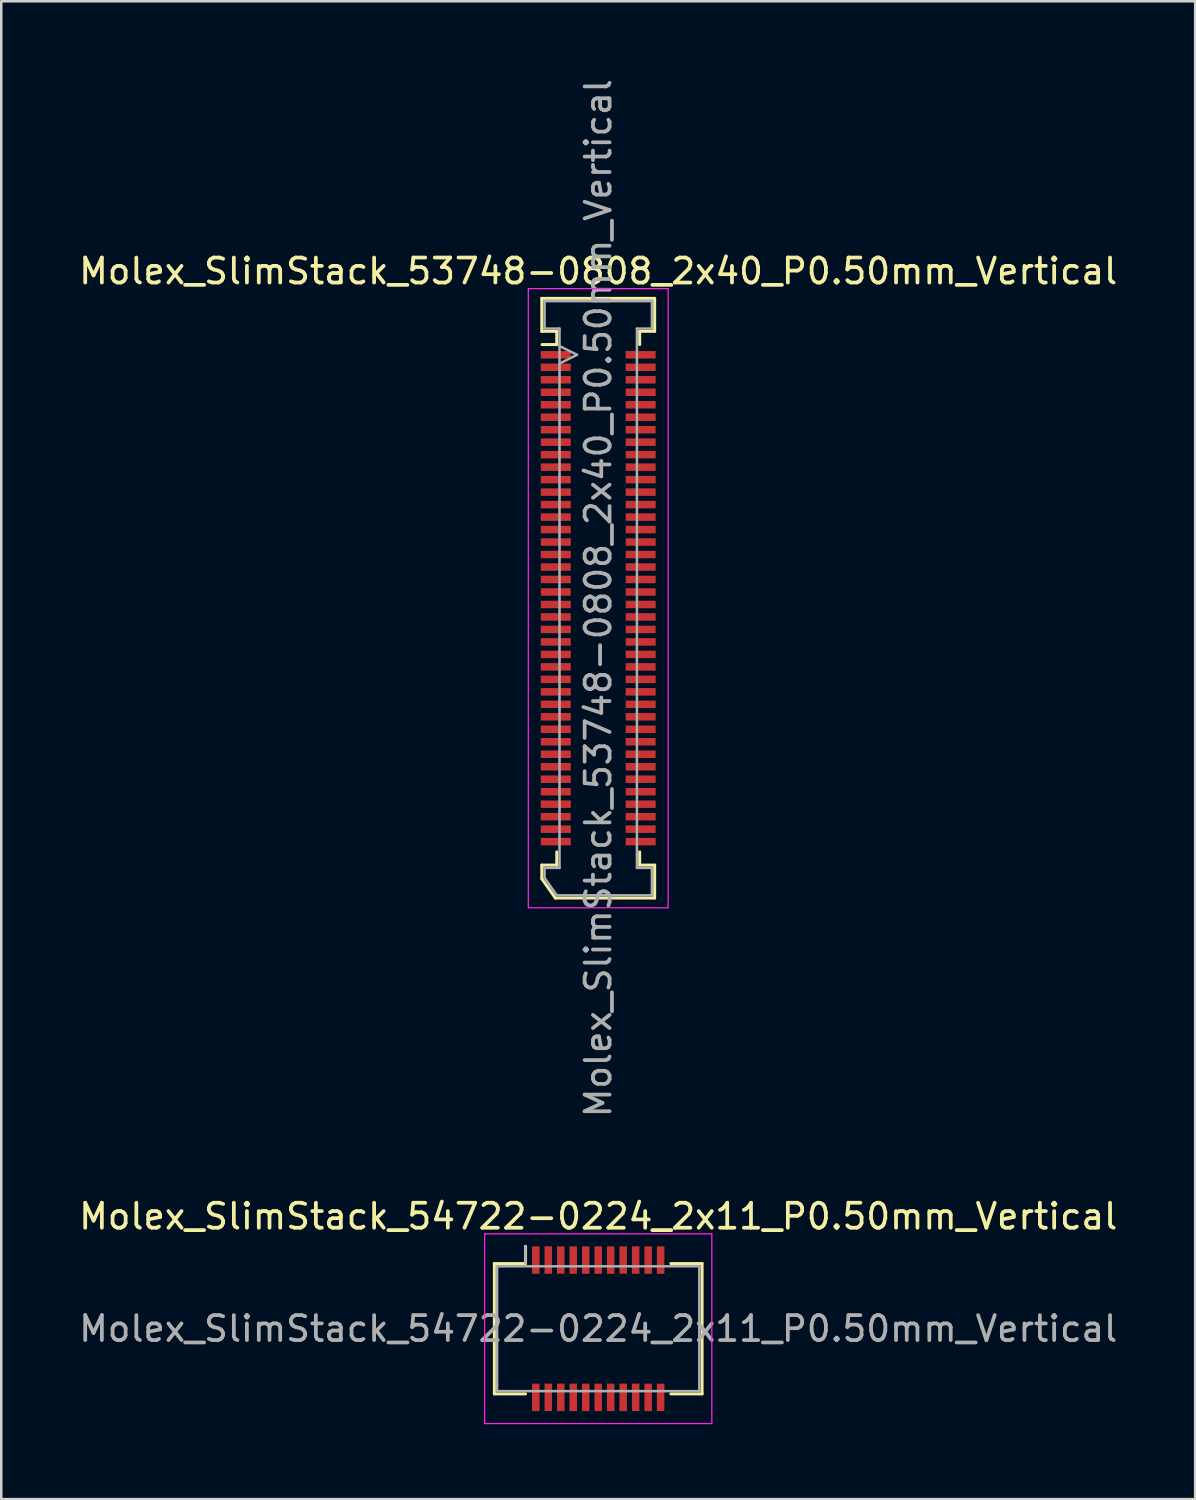
<source format=kicad_pcb>
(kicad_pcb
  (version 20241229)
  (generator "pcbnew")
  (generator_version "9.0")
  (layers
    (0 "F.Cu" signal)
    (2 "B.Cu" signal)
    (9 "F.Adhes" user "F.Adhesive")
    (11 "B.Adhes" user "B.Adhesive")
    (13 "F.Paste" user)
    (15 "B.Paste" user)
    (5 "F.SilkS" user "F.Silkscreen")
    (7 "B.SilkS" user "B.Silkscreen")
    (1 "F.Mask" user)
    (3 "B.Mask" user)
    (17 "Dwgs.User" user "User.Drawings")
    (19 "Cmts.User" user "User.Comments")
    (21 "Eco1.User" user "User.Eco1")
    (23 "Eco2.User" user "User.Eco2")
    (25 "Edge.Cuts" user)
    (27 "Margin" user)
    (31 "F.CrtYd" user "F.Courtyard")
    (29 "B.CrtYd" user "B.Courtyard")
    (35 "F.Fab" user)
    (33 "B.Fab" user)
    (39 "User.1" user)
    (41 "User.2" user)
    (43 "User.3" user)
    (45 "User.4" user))
  (footprint "Molex_SlimStack_54722-0224_2x11_P0.50mm_Vertical"
    (layer "F.Cu")
    (at 20.911 50.17)
    (property "Reference" "Molex_SlimStack_54722-0224_2x11_P0.50mm_Vertical" (at 0 -4.5 0) (layer "F.SilkS") (effects (font (size 1 1) (thickness 0.15))))
    (attr smd)
    (fp_line (start -4.16 -2.61) (end -2.91 -2.61) (stroke (width 0.12) (type solid)) (layer "F.SilkS"))
    (fp_line (start -4.16 2.61) (end -4.16 -2.61) (stroke (width 0.12) (type solid)) (layer "F.SilkS"))
    (fp_line (start -2.91 -2.61) (end -2.91 -3.3) (stroke (width 0.12) (type solid)) (layer "F.SilkS"))
    (fp_line (start -2.91 2.61) (end -4.16 2.61) (stroke (width 0.12) (type solid)) (layer "F.SilkS"))
    (fp_line (start 2.91 2.61) (end 4.16 2.61) (stroke (width 0.12) (type solid)) (layer "F.SilkS"))
    (fp_line (start 4.16 -2.61) (end 2.91 -2.61) (stroke (width 0.12) (type solid)) (layer "F.SilkS"))
    (fp_line (start 4.16 2.61) (end 4.16 -2.61) (stroke (width 0.12) (type solid)) (layer "F.SilkS"))
    (fp_line (start -4.55 -3.8) (end -4.55 3.8) (stroke (width 0.05) (type solid)) (layer "F.CrtYd"))
    (fp_line (start -4.55 3.8) (end 4.55 3.8) (stroke (width 0.05) (type solid)) (layer "F.CrtYd"))
    (fp_line (start 4.55 -3.8) (end -4.55 -3.8) (stroke (width 0.05) (type solid)) (layer "F.CrtYd"))
    (fp_line (start 4.55 3.8) (end 4.55 -3.8) (stroke (width 0.05) (type solid)) (layer "F.CrtYd"))
    (fp_line (start -4.05 -2.5) (end -4.05 2.5) (stroke (width 0.1) (type solid)) (layer "F.Fab"))
    (fp_line (start -4.05 2.5) (end 4.05 2.5) (stroke (width 0.1) (type solid)) (layer "F.Fab"))
    (fp_line (start -2.91 -2.61) (end -2.91 -3.3) (stroke (width 0.1) (type solid)) (layer "F.Fab"))
    (fp_line (start 4.05 -2.5) (end -4.05 -2.5) (stroke (width 0.1) (type solid)) (layer "F.Fab"))
    (fp_line (start 4.05 2.5) (end 4.05 -2.5) (stroke (width 0.1) (type solid)) (layer "F.Fab"))
    (fp_text user "${REFERENCE}" (at 0 0 0) (layer "F.Fab") (effects (font (size 1 1) (thickness 0.15))))
    (pad "1" smd rect (at -2.5 -2.75) (size 0.3 1.1) (layers "F.Cu" "F.Mask" "F.Paste"))
    (pad "2" smd rect (at -2.5 2.75) (size 0.3 1.1) (layers "F.Cu" "F.Mask" "F.Paste"))
    (pad "3" smd rect (at -2 -2.75) (size 0.3 1.1) (layers "F.Cu" "F.Mask" "F.Paste"))
    (pad "4" smd rect (at -2 2.75) (size 0.3 1.1) (layers "F.Cu" "F.Mask" "F.Paste"))
    (pad "5" smd rect (at -1.5 -2.75) (size 0.3 1.1) (layers "F.Cu" "F.Mask" "F.Paste"))
    (pad "6" smd rect (at -1.5 2.75) (size 0.3 1.1) (layers "F.Cu" "F.Mask" "F.Paste"))
    (pad "7" smd rect (at -1 -2.75) (size 0.3 1.1) (layers "F.Cu" "F.Mask" "F.Paste"))
    (pad "8" smd rect (at -1 2.75) (size 0.3 1.1) (layers "F.Cu" "F.Mask" "F.Paste"))
    (pad "9" smd rect (at -0.5 -2.75) (size 0.3 1.1) (layers "F.Cu" "F.Mask" "F.Paste"))
    (pad "10" smd rect (at -0.5 2.75) (size 0.3 1.1) (layers "F.Cu" "F.Mask" "F.Paste"))
    (pad "11" smd rect (at 0 -2.75) (size 0.3 1.1) (layers "F.Cu" "F.Mask" "F.Paste"))
    (pad "12" smd rect (at 0 2.75) (size 0.3 1.1) (layers "F.Cu" "F.Mask" "F.Paste"))
    (pad "13" smd rect (at 0.5 -2.75) (size 0.3 1.1) (layers "F.Cu" "F.Mask" "F.Paste"))
    (pad "14" smd rect (at 0.5 2.75) (size 0.3 1.1) (layers "F.Cu" "F.Mask" "F.Paste"))
    (pad "15" smd rect (at 1 -2.75) (size 0.3 1.1) (layers "F.Cu" "F.Mask" "F.Paste"))
    (pad "16" smd rect (at 1 2.75) (size 0.3 1.1) (layers "F.Cu" "F.Mask" "F.Paste"))
    (pad "17" smd rect (at 1.5 -2.75) (size 0.3 1.1) (layers "F.Cu" "F.Mask" "F.Paste"))
    (pad "18" smd rect (at 1.5 2.75) (size 0.3 1.1) (layers "F.Cu" "F.Mask" "F.Paste"))
    (pad "19" smd rect (at 2 -2.75) (size 0.3 1.1) (layers "F.Cu" "F.Mask" "F.Paste"))
    (pad "20" smd rect (at 2 2.75) (size 0.3 1.1) (layers "F.Cu" "F.Mask" "F.Paste"))
    (pad "21" smd rect (at 2.5 -2.75) (size 0.3 1.1) (layers "F.Cu" "F.Mask" "F.Paste"))
    (pad "22" smd rect (at 2.5 2.75) (size 0.3 1.1) (layers "F.Cu" "F.Mask" "F.Paste")))
  (footprint "Molex_SlimStack_53748-0808_2x40_P0.50mm_Vertical"
    (layer "F.Cu")
    (at 20.911 20.911)
    (property "Reference" "Molex_SlimStack_53748-0808_2x40_P0.50mm_Vertical" (at 0 -13.1 0) (layer "F.SilkS") (effects (font (size 1 1) (thickness 0.15))))
    (attr smd)
    (fp_line (start -2.26 -12.01) (end -2.26 -10.69) (stroke (width 0.12) (type solid)) (layer "F.SilkS"))
    (fp_line (start -2.26 -10.69) (end -1.66 -10.69) (stroke (width 0.12) (type solid)) (layer "F.SilkS"))
    (fp_line (start -2.26 10.69) (end -1.66 10.69) (stroke (width 0.12) (type solid)) (layer "F.SilkS"))
    (fp_line (start -2.26 11.235) (end -2.26 10.69) (stroke (width 0.12) (type solid)) (layer "F.SilkS"))
    (fp_line (start -1.717 12.01) (end -2.26 11.235) (stroke (width 0.12) (type solid)) (layer "F.SilkS"))
    (fp_line (start -1.66 -10.69) (end -1.66 -10.16) (stroke (width 0.12) (type solid)) (layer "F.SilkS"))
    (fp_line (start -1.66 -10.16) (end -2.25 -10.16) (stroke (width 0.12) (type solid)) (layer "F.SilkS"))
    (fp_line (start -1.66 10.69) (end -1.66 10.16) (stroke (width 0.12) (type solid)) (layer "F.SilkS"))
    (fp_line (start 1.66 -10.69) (end 2.26 -10.69) (stroke (width 0.12) (type solid)) (layer "F.SilkS"))
    (fp_line (start 1.66 -10.16) (end 1.66 -10.69) (stroke (width 0.12) (type solid)) (layer "F.SilkS"))
    (fp_line (start 1.66 10.16) (end 1.66 10.69) (stroke (width 0.12) (type solid)) (layer "F.SilkS"))
    (fp_line (start 1.66 10.69) (end 2.26 10.69) (stroke (width 0.12) (type solid)) (layer "F.SilkS"))
    (fp_line (start 2.26 -12.01) (end -2.26 -12.01) (stroke (width 0.12) (type solid)) (layer "F.SilkS"))
    (fp_line (start 2.26 -10.69) (end 2.26 -12.01) (stroke (width 0.12) (type solid)) (layer "F.SilkS"))
    (fp_line (start 2.26 10.69) (end 2.26 12.01) (stroke (width 0.12) (type solid)) (layer "F.SilkS"))
    (fp_line (start 2.26 12.01) (end -1.717 12.01) (stroke (width 0.12) (type solid)) (layer "F.SilkS"))
    (fp_line (start -2.8 -12.4) (end -2.8 12.4) (stroke (width 0.05) (type solid)) (layer "F.CrtYd"))
    (fp_line (start -2.8 12.4) (end 2.8 12.4) (stroke (width 0.05) (type solid)) (layer "F.CrtYd"))
    (fp_line (start 2.8 -12.4) (end -2.8 -12.4) (stroke (width 0.05) (type solid)) (layer "F.CrtYd"))
    (fp_line (start 2.8 12.4) (end 2.8 -12.4) (stroke (width 0.05) (type solid)) (layer "F.CrtYd"))
    (fp_line (start -2.15 -11.9) (end -2.15 -10.8) (stroke (width 0.1) (type solid)) (layer "F.Fab"))
    (fp_line (start -2.15 -10.8) (end -1.55 -10.8) (stroke (width 0.1) (type solid)) (layer "F.Fab"))
    (fp_line (start -2.15 10.8) (end -2.15 11.2) (stroke (width 0.1) (type solid)) (layer "F.Fab"))
    (fp_line (start -2.15 11.2) (end -1.66 11.9) (stroke (width 0.1) (type solid)) (layer "F.Fab"))
    (fp_line (start -1.66 11.9) (end 2.15 11.9) (stroke (width 0.1) (type solid)) (layer "F.Fab"))
    (fp_line (start -1.55 -10.8) (end -1.55 10.8) (stroke (width 0.1) (type solid)) (layer "F.Fab"))
    (fp_line (start -1.55 10.8) (end -2.15 10.8) (stroke (width 0.1) (type solid)) (layer "F.Fab"))
    (fp_line (start -0.85 -9.75) (end -1.55 -10.1) (stroke (width 0.1) (type solid)) (layer "F.Fab"))
    (fp_line (start -0.85 -9.75) (end -1.55 -9.4) (stroke (width 0.1) (type solid)) (layer "F.Fab"))
    (fp_line (start 1.55 -10.8) (end 2.15 -10.8) (stroke (width 0.1) (type solid)) (layer "F.Fab"))
    (fp_line (start 1.55 10.8) (end 1.55 -10.8) (stroke (width 0.1) (type solid)) (layer "F.Fab"))
    (fp_line (start 2.15 -11.9) (end -2.15 -11.9) (stroke (width 0.1) (type solid)) (layer "F.Fab"))
    (fp_line (start 2.15 -10.8) (end 2.15 -11.9) (stroke (width 0.1) (type solid)) (layer "F.Fab"))
    (fp_line (start 2.15 10.8) (end 1.55 10.8) (stroke (width 0.1) (type solid)) (layer "F.Fab"))
    (fp_line (start 2.15 11.9) (end 2.15 10.8) (stroke (width 0.1) (type solid)) (layer "F.Fab"))
    (fp_text user "${REFERENCE}" (at 0 0 90) (layer "F.Fab") (effects (font (size 1 1) (thickness 0.15))))
    (pad "1" smd rect (at -1.7 -9.75) (size 1.2 0.3) (layers "F.Cu" "F.Mask" "F.Paste"))
    (pad "2" smd rect (at 1.7 -9.75) (size 1.2 0.3) (layers "F.Cu" "F.Mask" "F.Paste"))
    (pad "3" smd rect (at -1.7 -9.25) (size 1.2 0.3) (layers "F.Cu" "F.Mask" "F.Paste"))
    (pad "4" smd rect (at 1.7 -9.25) (size 1.2 0.3) (layers "F.Cu" "F.Mask" "F.Paste"))
    (pad "5" smd rect (at -1.7 -8.75) (size 1.2 0.3) (layers "F.Cu" "F.Mask" "F.Paste"))
    (pad "6" smd rect (at 1.7 -8.75) (size 1.2 0.3) (layers "F.Cu" "F.Mask" "F.Paste"))
    (pad "7" smd rect (at -1.7 -8.25) (size 1.2 0.3) (layers "F.Cu" "F.Mask" "F.Paste"))
    (pad "8" smd rect (at 1.7 -8.25) (size 1.2 0.3) (layers "F.Cu" "F.Mask" "F.Paste"))
    (pad "9" smd rect (at -1.7 -7.75) (size 1.2 0.3) (layers "F.Cu" "F.Mask" "F.Paste"))
    (pad "10" smd rect (at 1.7 -7.75) (size 1.2 0.3) (layers "F.Cu" "F.Mask" "F.Paste"))
    (pad "11" smd rect (at -1.7 -7.25) (size 1.2 0.3) (layers "F.Cu" "F.Mask" "F.Paste"))
    (pad "12" smd rect (at 1.7 -7.25) (size 1.2 0.3) (layers "F.Cu" "F.Mask" "F.Paste"))
    (pad "13" smd rect (at -1.7 -6.75) (size 1.2 0.3) (layers "F.Cu" "F.Mask" "F.Paste"))
    (pad "14" smd rect (at 1.7 -6.75) (size 1.2 0.3) (layers "F.Cu" "F.Mask" "F.Paste"))
    (pad "15" smd rect (at -1.7 -6.25) (size 1.2 0.3) (layers "F.Cu" "F.Mask" "F.Paste"))
    (pad "16" smd rect (at 1.7 -6.25) (size 1.2 0.3) (layers "F.Cu" "F.Mask" "F.Paste"))
    (pad "17" smd rect (at -1.7 -5.75) (size 1.2 0.3) (layers "F.Cu" "F.Mask" "F.Paste"))
    (pad "18" smd rect (at 1.7 -5.75) (size 1.2 0.3) (layers "F.Cu" "F.Mask" "F.Paste"))
    (pad "19" smd rect (at -1.7 -5.25) (size 1.2 0.3) (layers "F.Cu" "F.Mask" "F.Paste"))
    (pad "20" smd rect (at 1.7 -5.25) (size 1.2 0.3) (layers "F.Cu" "F.Mask" "F.Paste"))
    (pad "21" smd rect (at -1.7 -4.75) (size 1.2 0.3) (layers "F.Cu" "F.Mask" "F.Paste"))
    (pad "22" smd rect (at 1.7 -4.75) (size 1.2 0.3) (layers "F.Cu" "F.Mask" "F.Paste"))
    (pad "23" smd rect (at -1.7 -4.25) (size 1.2 0.3) (layers "F.Cu" "F.Mask" "F.Paste"))
    (pad "24" smd rect (at 1.7 -4.25) (size 1.2 0.3) (layers "F.Cu" "F.Mask" "F.Paste"))
    (pad "25" smd rect (at -1.7 -3.75) (size 1.2 0.3) (layers "F.Cu" "F.Mask" "F.Paste"))
    (pad "26" smd rect (at 1.7 -3.75) (size 1.2 0.3) (layers "F.Cu" "F.Mask" "F.Paste"))
    (pad "27" smd rect (at -1.7 -3.25) (size 1.2 0.3) (layers "F.Cu" "F.Mask" "F.Paste"))
    (pad "28" smd rect (at 1.7 -3.25) (size 1.2 0.3) (layers "F.Cu" "F.Mask" "F.Paste"))
    (pad "29" smd rect (at -1.7 -2.75) (size 1.2 0.3) (layers "F.Cu" "F.Mask" "F.Paste"))
    (pad "30" smd rect (at 1.7 -2.75) (size 1.2 0.3) (layers "F.Cu" "F.Mask" "F.Paste"))
    (pad "31" smd rect (at -1.7 -2.25) (size 1.2 0.3) (layers "F.Cu" "F.Mask" "F.Paste"))
    (pad "32" smd rect (at 1.7 -2.25) (size 1.2 0.3) (layers "F.Cu" "F.Mask" "F.Paste"))
    (pad "33" smd rect (at -1.7 -1.75) (size 1.2 0.3) (layers "F.Cu" "F.Mask" "F.Paste"))
    (pad "34" smd rect (at 1.7 -1.75) (size 1.2 0.3) (layers "F.Cu" "F.Mask" "F.Paste"))
    (pad "35" smd rect (at -1.7 -1.25) (size 1.2 0.3) (layers "F.Cu" "F.Mask" "F.Paste"))
    (pad "36" smd rect (at 1.7 -1.25) (size 1.2 0.3) (layers "F.Cu" "F.Mask" "F.Paste"))
    (pad "37" smd rect (at -1.7 -0.75) (size 1.2 0.3) (layers "F.Cu" "F.Mask" "F.Paste"))
    (pad "38" smd rect (at 1.7 -0.75) (size 1.2 0.3) (layers "F.Cu" "F.Mask" "F.Paste"))
    (pad "39" smd rect (at -1.7 -0.25) (size 1.2 0.3) (layers "F.Cu" "F.Mask" "F.Paste"))
    (pad "40" smd rect (at 1.7 -0.25) (size 1.2 0.3) (layers "F.Cu" "F.Mask" "F.Paste"))
    (pad "41" smd rect (at -1.7 0.25) (size 1.2 0.3) (layers "F.Cu" "F.Mask" "F.Paste"))
    (pad "42" smd rect (at 1.7 0.25) (size 1.2 0.3) (layers "F.Cu" "F.Mask" "F.Paste"))
    (pad "43" smd rect (at -1.7 0.75) (size 1.2 0.3) (layers "F.Cu" "F.Mask" "F.Paste"))
    (pad "44" smd rect (at 1.7 0.75) (size 1.2 0.3) (layers "F.Cu" "F.Mask" "F.Paste"))
    (pad "45" smd rect (at -1.7 1.25) (size 1.2 0.3) (layers "F.Cu" "F.Mask" "F.Paste"))
    (pad "46" smd rect (at 1.7 1.25) (size 1.2 0.3) (layers "F.Cu" "F.Mask" "F.Paste"))
    (pad "47" smd rect (at -1.7 1.75) (size 1.2 0.3) (layers "F.Cu" "F.Mask" "F.Paste"))
    (pad "48" smd rect (at 1.7 1.75) (size 1.2 0.3) (layers "F.Cu" "F.Mask" "F.Paste"))
    (pad "49" smd rect (at -1.7 2.25) (size 1.2 0.3) (layers "F.Cu" "F.Mask" "F.Paste"))
    (pad "50" smd rect (at 1.7 2.25) (size 1.2 0.3) (layers "F.Cu" "F.Mask" "F.Paste"))
    (pad "51" smd rect (at -1.7 2.75) (size 1.2 0.3) (layers "F.Cu" "F.Mask" "F.Paste"))
    (pad "52" smd rect (at 1.7 2.75) (size 1.2 0.3) (layers "F.Cu" "F.Mask" "F.Paste"))
    (pad "53" smd rect (at -1.7 3.25) (size 1.2 0.3) (layers "F.Cu" "F.Mask" "F.Paste"))
    (pad "54" smd rect (at 1.7 3.25) (size 1.2 0.3) (layers "F.Cu" "F.Mask" "F.Paste"))
    (pad "55" smd rect (at -1.7 3.75) (size 1.2 0.3) (layers "F.Cu" "F.Mask" "F.Paste"))
    (pad "56" smd rect (at 1.7 3.75) (size 1.2 0.3) (layers "F.Cu" "F.Mask" "F.Paste"))
    (pad "57" smd rect (at -1.7 4.25) (size 1.2 0.3) (layers "F.Cu" "F.Mask" "F.Paste"))
    (pad "58" smd rect (at 1.7 4.25) (size 1.2 0.3) (layers "F.Cu" "F.Mask" "F.Paste"))
    (pad "59" smd rect (at -1.7 4.75) (size 1.2 0.3) (layers "F.Cu" "F.Mask" "F.Paste"))
    (pad "60" smd rect (at 1.7 4.75) (size 1.2 0.3) (layers "F.Cu" "F.Mask" "F.Paste"))
    (pad "61" smd rect (at -1.7 5.25) (size 1.2 0.3) (layers "F.Cu" "F.Mask" "F.Paste"))
    (pad "62" smd rect (at 1.7 5.25) (size 1.2 0.3) (layers "F.Cu" "F.Mask" "F.Paste"))
    (pad "63" smd rect (at -1.7 5.75) (size 1.2 0.3) (layers "F.Cu" "F.Mask" "F.Paste"))
    (pad "64" smd rect (at 1.7 5.75) (size 1.2 0.3) (layers "F.Cu" "F.Mask" "F.Paste"))
    (pad "65" smd rect (at -1.7 6.25) (size 1.2 0.3) (layers "F.Cu" "F.Mask" "F.Paste"))
    (pad "66" smd rect (at 1.7 6.25) (size 1.2 0.3) (layers "F.Cu" "F.Mask" "F.Paste"))
    (pad "67" smd rect (at -1.7 6.75) (size 1.2 0.3) (layers "F.Cu" "F.Mask" "F.Paste"))
    (pad "68" smd rect (at 1.7 6.75) (size 1.2 0.3) (layers "F.Cu" "F.Mask" "F.Paste"))
    (pad "69" smd rect (at -1.7 7.25) (size 1.2 0.3) (layers "F.Cu" "F.Mask" "F.Paste"))
    (pad "70" smd rect (at 1.7 7.25) (size 1.2 0.3) (layers "F.Cu" "F.Mask" "F.Paste"))
    (pad "71" smd rect (at -1.7 7.75) (size 1.2 0.3) (layers "F.Cu" "F.Mask" "F.Paste"))
    (pad "72" smd rect (at 1.7 7.75) (size 1.2 0.3) (layers "F.Cu" "F.Mask" "F.Paste"))
    (pad "73" smd rect (at -1.7 8.25) (size 1.2 0.3) (layers "F.Cu" "F.Mask" "F.Paste"))
    (pad "74" smd rect (at 1.7 8.25) (size 1.2 0.3) (layers "F.Cu" "F.Mask" "F.Paste"))
    (pad "75" smd rect (at -1.7 8.75) (size 1.2 0.3) (layers "F.Cu" "F.Mask" "F.Paste"))
    (pad "76" smd rect (at 1.7 8.75) (size 1.2 0.3) (layers "F.Cu" "F.Mask" "F.Paste"))
    (pad "77" smd rect (at -1.7 9.25) (size 1.2 0.3) (layers "F.Cu" "F.Mask" "F.Paste"))
    (pad "78" smd rect (at 1.7 9.25) (size 1.2 0.3) (layers "F.Cu" "F.Mask" "F.Paste"))
    (pad "79" smd rect (at -1.7 9.75) (size 1.2 0.3) (layers "F.Cu" "F.Mask" "F.Paste"))
    (pad "80" smd rect (at 1.7 9.75) (size 1.2 0.3) (layers "F.Cu" "F.Mask" "F.Paste")))
  (gr_rect
    (start -3 -3)
    (end 44.821 56.995)
    (stroke (width 0.1) (type default))
    (fill no)
    (layer "Edge.Cuts")))
</source>
